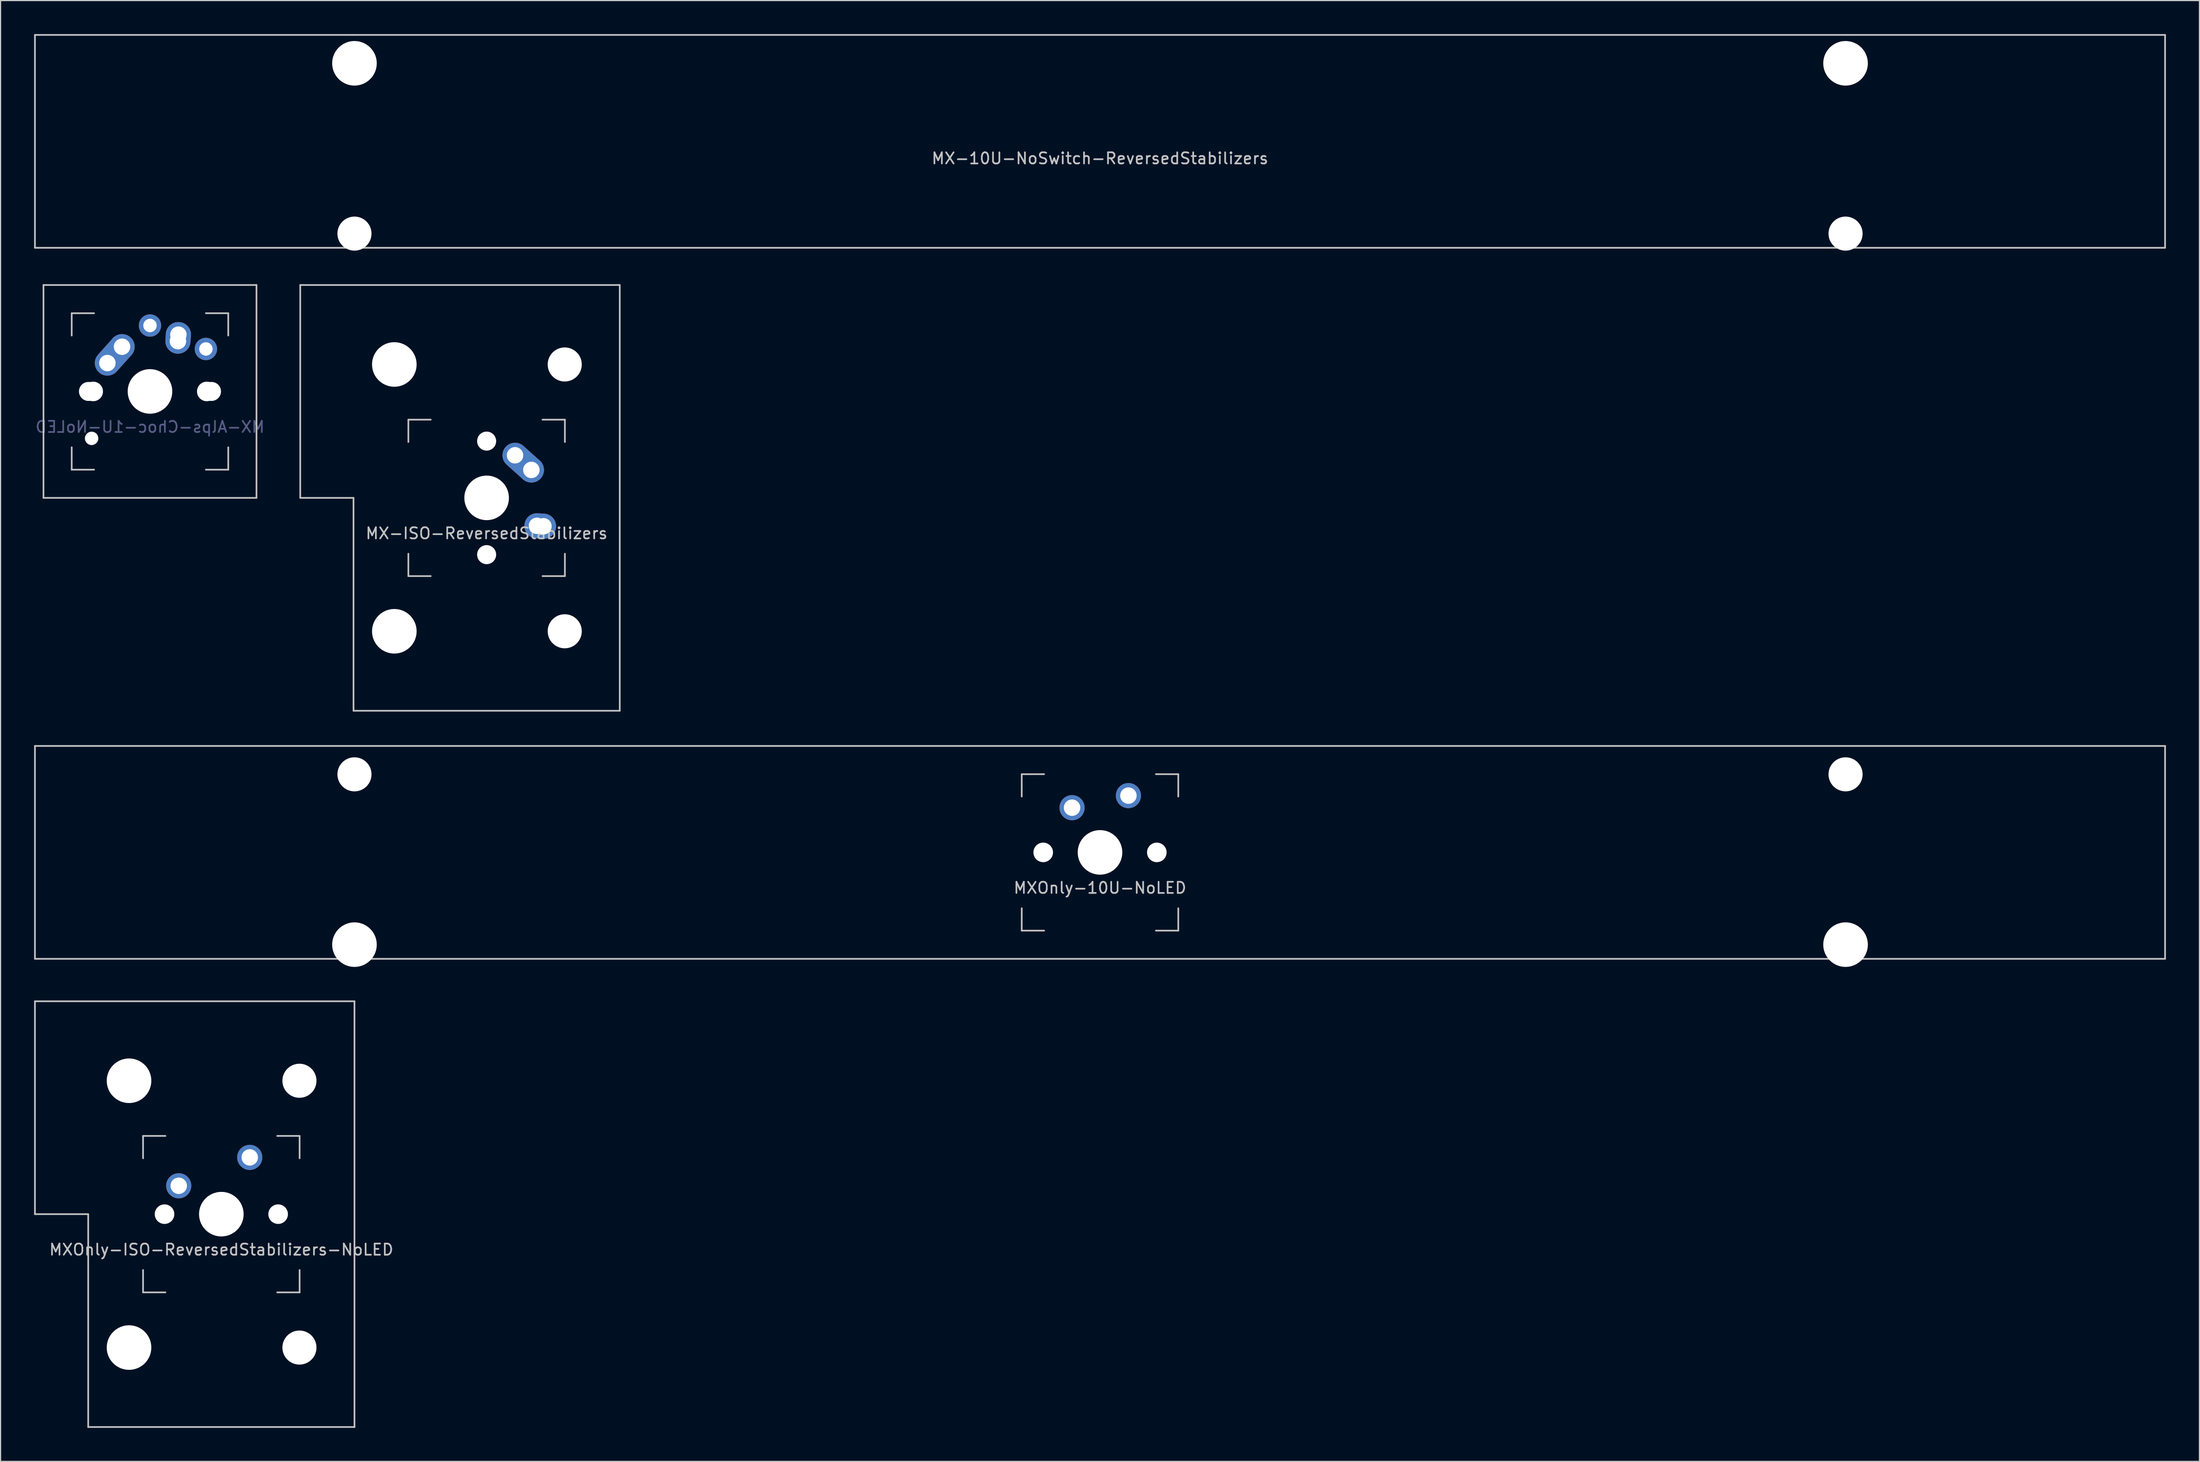
<source format=kicad_pcb>
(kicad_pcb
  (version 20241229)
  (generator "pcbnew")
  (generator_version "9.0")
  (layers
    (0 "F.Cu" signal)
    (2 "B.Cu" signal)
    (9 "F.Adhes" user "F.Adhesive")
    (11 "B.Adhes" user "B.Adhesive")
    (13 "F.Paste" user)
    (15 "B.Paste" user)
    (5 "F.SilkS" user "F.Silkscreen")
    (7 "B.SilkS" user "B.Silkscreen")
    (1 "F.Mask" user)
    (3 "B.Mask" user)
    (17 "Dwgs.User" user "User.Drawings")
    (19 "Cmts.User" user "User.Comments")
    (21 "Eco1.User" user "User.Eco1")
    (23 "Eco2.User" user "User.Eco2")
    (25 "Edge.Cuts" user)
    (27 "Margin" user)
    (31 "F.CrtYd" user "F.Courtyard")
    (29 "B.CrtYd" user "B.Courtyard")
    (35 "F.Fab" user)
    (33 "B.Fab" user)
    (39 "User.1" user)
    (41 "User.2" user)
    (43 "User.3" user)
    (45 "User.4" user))
  (footprint "MX-Alps-Choc-1U-NoLED"
    (layer "F.Cu")
    (at 10.363 31.979)
    (property "Reference" "MX-Alps-Choc-1U-NoLED" (at 0 3.175 0) (layer "B.Fab") (effects (font (size 1 1) (thickness 0.15)) (justify mirror)))
    (attr through_hole)
    (fp_line (start -9.525 -9.525) (end 9.525 -9.525) (stroke (width 0.15) (type solid)) (layer "Dwgs.User"))
    (fp_line (start -9.525 9.525) (end -9.525 -9.525) (stroke (width 0.15) (type solid)) (layer "Dwgs.User"))
    (fp_line (start -7 -7) (end -7 -5) (stroke (width 0.15) (type solid)) (layer "Dwgs.User"))
    (fp_line (start -7 5) (end -7 7) (stroke (width 0.15) (type solid)) (layer "Dwgs.User"))
    (fp_line (start -7 7) (end -5 7) (stroke (width 0.15) (type solid)) (layer "Dwgs.User"))
    (fp_line (start -5 -7) (end -7 -7) (stroke (width 0.15) (type solid)) (layer "Dwgs.User"))
    (fp_line (start 5 -7) (end 7 -7) (stroke (width 0.15) (type solid)) (layer "Dwgs.User"))
    (fp_line (start 5 7) (end 7 7) (stroke (width 0.15) (type solid)) (layer "Dwgs.User"))
    (fp_line (start 7 -7) (end 7 -5) (stroke (width 0.15) (type solid)) (layer "Dwgs.User"))
    (fp_line (start 7 7) (end 7 5) (stroke (width 0.15) (type solid)) (layer "Dwgs.User"))
    (fp_line (start 9.525 -9.525) (end 9.525 9.525) (stroke (width 0.15) (type solid)) (layer "Dwgs.User"))
    (fp_line (start 9.525 9.525) (end -9.525 9.525) (stroke (width 0.15) (type solid)) (layer "Dwgs.User"))
    (pad "" np_thru_hole circle (at -5.5 0 48.1) (size 1.7 1.7) (drill 1.7) (layers "*.Cu" "*.Mask"))
    (pad "" np_thru_hole circle (at -5.22 4.2 48.1) (size 1.2 1.2) (drill 1.2) (layers "*.Cu" "*.Mask"))
    (pad "" np_thru_hole circle (at -5.08 0 48.1) (size 1.75 1.75) (drill 1.75) (layers "*.Cu" "*.Mask"))
    (pad "" np_thru_hole circle (at 0 0) (size 3.988 3.988) (drill 3.988) (layers "*.Cu" "*.Mask"))
    (pad "" np_thru_hole circle (at 5.08 0 48.1) (size 1.75 1.75) (drill 1.75) (layers "*.Cu" "*.Mask"))
    (pad "" np_thru_hole circle (at 5.5 0 48.1) (size 1.7 1.7) (drill 1.7) (layers "*.Cu" "*.Mask"))
    (pad "1" thru_hole oval (at 2.5 -4.5 86.1) (size 2.831 2.25) (drill 1.47 (offset 0.291 0)) (layers "*.Cu" "*.Mask"))
    (pad "1" thru_hole circle (at 2.54 -5.08) (size 2.25 2.25) (drill 1.47) (layers "*.Cu" "*.Mask"))
    (pad "1" thru_hole circle (at 5 -3.8) (size 2 2) (drill 1.2) (layers "*.Cu" "*.Mask"))
    (pad "2" thru_hole oval (at -3.81 -2.54 48.1) (size 4.212 2.25) (drill 1.47 (offset 0.981 0)) (layers "*.Cu" "*.Mask"))
    (pad "2" thru_hole circle (at -2.5 -4) (size 2.25 2.25) (drill 1.47) (layers "*.Cu" "*.Mask"))
    (pad "2" thru_hole circle (at 0 -5.9) (size 2 2) (drill 1.2) (layers "*.Cu" "*.Mask")))
  (footprint "MXOnly-10U-NoLED"
    (layer "F.Cu")
    (at 95.325 73.229)
    (property "Reference" "MXOnly-10U-NoLED" (at 0 3.175 0) (layer "Dwgs.User") (effects (font (size 1 1) (thickness 0.15))))
    (fp_line (start -95.25 -9.525) (end 95.25 -9.525) (stroke (width 0.15) (type solid)) (layer "Dwgs.User"))
    (fp_line (start -95.25 9.525) (end -95.25 -9.525) (stroke (width 0.15) (type solid)) (layer "Dwgs.User"))
    (fp_line (start -95.25 9.525) (end 95.25 9.525) (stroke (width 0.15) (type solid)) (layer "Dwgs.User"))
    (fp_line (start -7 -7) (end -7 -5) (stroke (width 0.15) (type solid)) (layer "Dwgs.User"))
    (fp_line (start -7 5) (end -7 7) (stroke (width 0.15) (type solid)) (layer "Dwgs.User"))
    (fp_line (start -7 7) (end -5 7) (stroke (width 0.15) (type solid)) (layer "Dwgs.User"))
    (fp_line (start -5 -7) (end -7 -7) (stroke (width 0.15) (type solid)) (layer "Dwgs.User"))
    (fp_line (start 5 -7) (end 7 -7) (stroke (width 0.15) (type solid)) (layer "Dwgs.User"))
    (fp_line (start 5 7) (end 7 7) (stroke (width 0.15) (type solid)) (layer "Dwgs.User"))
    (fp_line (start 7 -7) (end 7 -5) (stroke (width 0.15) (type solid)) (layer "Dwgs.User"))
    (fp_line (start 7 7) (end 7 5) (stroke (width 0.15) (type solid)) (layer "Dwgs.User"))
    (fp_line (start 95.25 -9.525) (end 95.25 9.525) (stroke (width 0.15) (type solid)) (layer "Dwgs.User"))
    (pad "" np_thru_hole circle (at -66.675 -6.985) (size 3.048 3.048) (drill 3.048) (layers "*.Cu" "*.Mask"))
    (pad "" np_thru_hole circle (at -66.675 8.255) (size 3.988 3.988) (drill 3.988) (layers "*.Cu" "*.Mask"))
    (pad "" np_thru_hole circle (at -5.08 0 48.1) (size 1.75 1.75) (drill 1.75) (layers "*.Cu" "*.Mask"))
    (pad "" np_thru_hole circle (at 0 0) (size 3.988 3.988) (drill 3.988) (layers "*.Cu" "*.Mask"))
    (pad "" np_thru_hole circle (at 5.08 0 48.1) (size 1.75 1.75) (drill 1.75) (layers "*.Cu" "*.Mask"))
    (pad "" np_thru_hole circle (at 66.675 -6.985) (size 3.048 3.048) (drill 3.048) (layers "*.Cu" "*.Mask"))
    (pad "" np_thru_hole circle (at 66.675 8.255) (size 3.988 3.988) (drill 3.988) (layers "*.Cu" "*.Mask"))
    (pad "1" thru_hole circle (at -2.5 -4) (size 2.25 2.25) (drill 1.47) (layers "*.Cu" "B.Mask"))
    (pad "2" thru_hole circle (at 2.54 -5.08) (size 2.25 2.25) (drill 1.47) (layers "*.Cu" "B.Mask")))
  (footprint "MX-ISO-ReversedStabilizers"
    (layer "F.Cu")
    (at 40.47 41.504)
    (property "Reference" "MX-ISO-ReversedStabilizers" (at 0 3.175 180) (layer "Dwgs.User") (effects (font (size 1 1) (thickness 0.15))))
    (attr through_hole)
    (fp_line (start -16.669 -19.05) (end -16.669 0) (stroke (width 0.15) (type solid)) (layer "Dwgs.User"))
    (fp_line (start -16.669 -19.05) (end 11.906 -19.05) (stroke (width 0.15) (type solid)) (layer "Dwgs.User"))
    (fp_line (start -11.906 0) (end -16.669 0) (stroke (width 0.15) (type solid)) (layer "Dwgs.User"))
    (fp_line (start -11.906 19.05) (end -11.906 0) (stroke (width 0.15) (type solid)) (layer "Dwgs.User"))
    (fp_line (start -11.906 19.05) (end 11.906 19.05) (stroke (width 0.15) (type solid)) (layer "Dwgs.User"))
    (fp_line (start -7 -7) (end -7 -5) (stroke (width 0.15) (type solid)) (layer "Dwgs.User"))
    (fp_line (start -7 5) (end -7 7) (stroke (width 0.15) (type solid)) (layer "Dwgs.User"))
    (fp_line (start -7 7) (end -5 7) (stroke (width 0.15) (type solid)) (layer "Dwgs.User"))
    (fp_line (start -5 -7) (end -7 -7) (stroke (width 0.15) (type solid)) (layer "Dwgs.User"))
    (fp_line (start 5 -7) (end 7 -7) (stroke (width 0.15) (type solid)) (layer "Dwgs.User"))
    (fp_line (start 5 7) (end 7 7) (stroke (width 0.15) (type solid)) (layer "Dwgs.User"))
    (fp_line (start 7 -7) (end 7 -5) (stroke (width 0.15) (type solid)) (layer "Dwgs.User"))
    (fp_line (start 7 7) (end 7 5) (stroke (width 0.15) (type solid)) (layer "Dwgs.User"))
    (fp_line (start 11.906 -19.05) (end 11.906 19.05) (stroke (width 0.15) (type solid)) (layer "Dwgs.User"))
    (pad "" np_thru_hole circle (at -8.255 -11.938) (size 3.988 3.988) (drill 3.988) (layers "*.Cu" "*.Mask"))
    (pad "" np_thru_hole circle (at -8.255 11.938) (size 3.988 3.988) (drill 3.988) (layers "*.Cu" "*.Mask"))
    (pad "" np_thru_hole circle (at 0 -5.08 48.1) (size 1.702 1.702) (drill 1.702) (layers "*.Cu" "*.Mask"))
    (pad "" np_thru_hole circle (at 0 0) (size 3.988 3.988) (drill 3.988) (layers "*.Cu" "*.Mask"))
    (pad "" np_thru_hole circle (at 0 5.08 48.1) (size 1.702 1.702) (drill 1.702) (layers "*.Cu" "*.Mask"))
    (pad "" np_thru_hole circle (at 6.985 -11.938) (size 3.048 3.048) (drill 3.048) (layers "*.Cu" "*.Mask"))
    (pad "" np_thru_hole circle (at 6.985 11.938) (size 3.048 3.048) (drill 3.048) (layers "*.Cu" "*.Mask"))
    (pad "1" thru_hole oval (at 4.5 2.5 356.055) (size 2.831 2.25) (drill 1.47 (offset 0.291 0)) (layers "*.Cu" "B.Mask"))
    (pad "1" thru_hole circle (at 5.08 2.54) (size 2.25 2.25) (drill 1.47) (layers "*.Cu" "B.Mask"))
    (pad "2" thru_hole oval (at 2.54 -3.81 318.1) (size 4.212 2.25) (drill 1.47 (offset 0.981 0)) (layers "*.Cu" "B.Mask"))
    (pad "2" thru_hole circle (at 4 -2.5) (size 2.25 2.25) (drill 1.47) (layers "*.Cu" "B.Mask")))
  (footprint "MX-10U-NoSwitch-ReversedStabilizers"
    (layer "F.Cu")
    (at 95.325 9.6)
    (property "Reference" "MX-10U-NoSwitch-ReversedStabilizers" (at 0 1.524 0) (layer "Dwgs.User") (effects (font (size 1 1) (thickness 0.15))))
    (attr through_hole)
    (fp_line (start -95.25 -9.525) (end 95.25 -9.525) (stroke (width 0.15) (type solid)) (layer "Dwgs.User"))
    (fp_line (start -95.25 9.525) (end -95.25 -9.525) (stroke (width 0.15) (type solid)) (layer "Dwgs.User"))
    (fp_line (start -95.25 9.525) (end 95.25 9.525) (stroke (width 0.15) (type solid)) (layer "Dwgs.User"))
    (fp_line (start 95.25 -9.525) (end 95.25 9.525) (stroke (width 0.15) (type solid)) (layer "Dwgs.User"))
    (pad "" np_thru_hole circle (at -66.675 -6.985) (size 3.988 3.988) (drill 3.988) (layers "*.Cu" "*.Mask"))
    (pad "" np_thru_hole circle (at -66.675 8.255) (size 3.048 3.048) (drill 3.048) (layers "*.Cu" "*.Mask"))
    (pad "" np_thru_hole circle (at 66.675 -6.985) (size 3.988 3.988) (drill 3.988) (layers "*.Cu" "*.Mask"))
    (pad "" np_thru_hole circle (at 66.675 8.255) (size 3.048 3.048) (drill 3.048) (layers "*.Cu" "*.Mask")))
  (footprint "MXOnly-ISO-ReversedStabilizers-NoLED"
    (layer "F.Cu")
    (at 16.744 105.603)
    (property "Reference" "MXOnly-ISO-ReversedStabilizers-NoLED" (at 0 3.175 0) (layer "Dwgs.User") (effects (font (size 1 1) (thickness 0.15))))
    (attr through_hole)
    (fp_line (start -16.669 -19.05) (end -16.669 0) (stroke (width 0.15) (type solid)) (layer "Dwgs.User"))
    (fp_line (start -16.669 -19.05) (end 11.906 -19.05) (stroke (width 0.15) (type solid)) (layer "Dwgs.User"))
    (fp_line (start -11.906 0) (end -16.669 0) (stroke (width 0.15) (type solid)) (layer "Dwgs.User"))
    (fp_line (start -11.906 19.05) (end -11.906 0) (stroke (width 0.15) (type solid)) (layer "Dwgs.User"))
    (fp_line (start -11.906 19.05) (end 11.906 19.05) (stroke (width 0.15) (type solid)) (layer "Dwgs.User"))
    (fp_line (start -7 -7) (end -7 -5) (stroke (width 0.15) (type solid)) (layer "Dwgs.User"))
    (fp_line (start -7 5) (end -7 7) (stroke (width 0.15) (type solid)) (layer "Dwgs.User"))
    (fp_line (start -7 7) (end -5 7) (stroke (width 0.15) (type solid)) (layer "Dwgs.User"))
    (fp_line (start -5 -7) (end -7 -7) (stroke (width 0.15) (type solid)) (layer "Dwgs.User"))
    (fp_line (start 5 -7) (end 7 -7) (stroke (width 0.15) (type solid)) (layer "Dwgs.User"))
    (fp_line (start 5 7) (end 7 7) (stroke (width 0.15) (type solid)) (layer "Dwgs.User"))
    (fp_line (start 7 -7) (end 7 -5) (stroke (width 0.15) (type solid)) (layer "Dwgs.User"))
    (fp_line (start 7 7) (end 7 5) (stroke (width 0.15) (type solid)) (layer "Dwgs.User"))
    (fp_line (start 11.906 -19.05) (end 11.906 19.05) (stroke (width 0.15) (type solid)) (layer "Dwgs.User"))
    (pad "" np_thru_hole circle (at -8.255 -11.938) (size 3.988 3.988) (drill 3.988) (layers "*.Cu" "*.Mask"))
    (pad "" np_thru_hole circle (at -8.255 11.938) (size 3.988 3.988) (drill 3.988) (layers "*.Cu" "*.Mask"))
    (pad "" np_thru_hole circle (at -5.08 0 48.1) (size 1.75 1.75) (drill 1.75) (layers "*.Cu" "*.Mask"))
    (pad "" np_thru_hole circle (at 0 0) (size 3.988 3.988) (drill 3.988) (layers "*.Cu" "*.Mask"))
    (pad "" np_thru_hole circle (at 5.08 0 48.1) (size 1.75 1.75) (drill 1.75) (layers "*.Cu" "*.Mask"))
    (pad "" np_thru_hole circle (at 6.985 -11.938) (size 3.048 3.048) (drill 3.048) (layers "*.Cu" "*.Mask"))
    (pad "" np_thru_hole circle (at 6.985 11.938) (size 3.048 3.048) (drill 3.048) (layers "*.Cu" "*.Mask"))
    (pad "1" thru_hole circle (at -3.81 -2.54) (size 2.25 2.25) (drill 1.47) (layers "*.Cu" "B.Mask"))
    (pad "2" thru_hole circle (at 2.54 -5.08) (size 2.25 2.25) (drill 1.47) (layers "*.Cu" "B.Mask")))
  (gr_rect
    (start -3 -3)
    (end 193.65 127.728)
    (stroke (width 0.1) (type default))
    (fill no)
    (layer "Edge.Cuts")))
</source>
